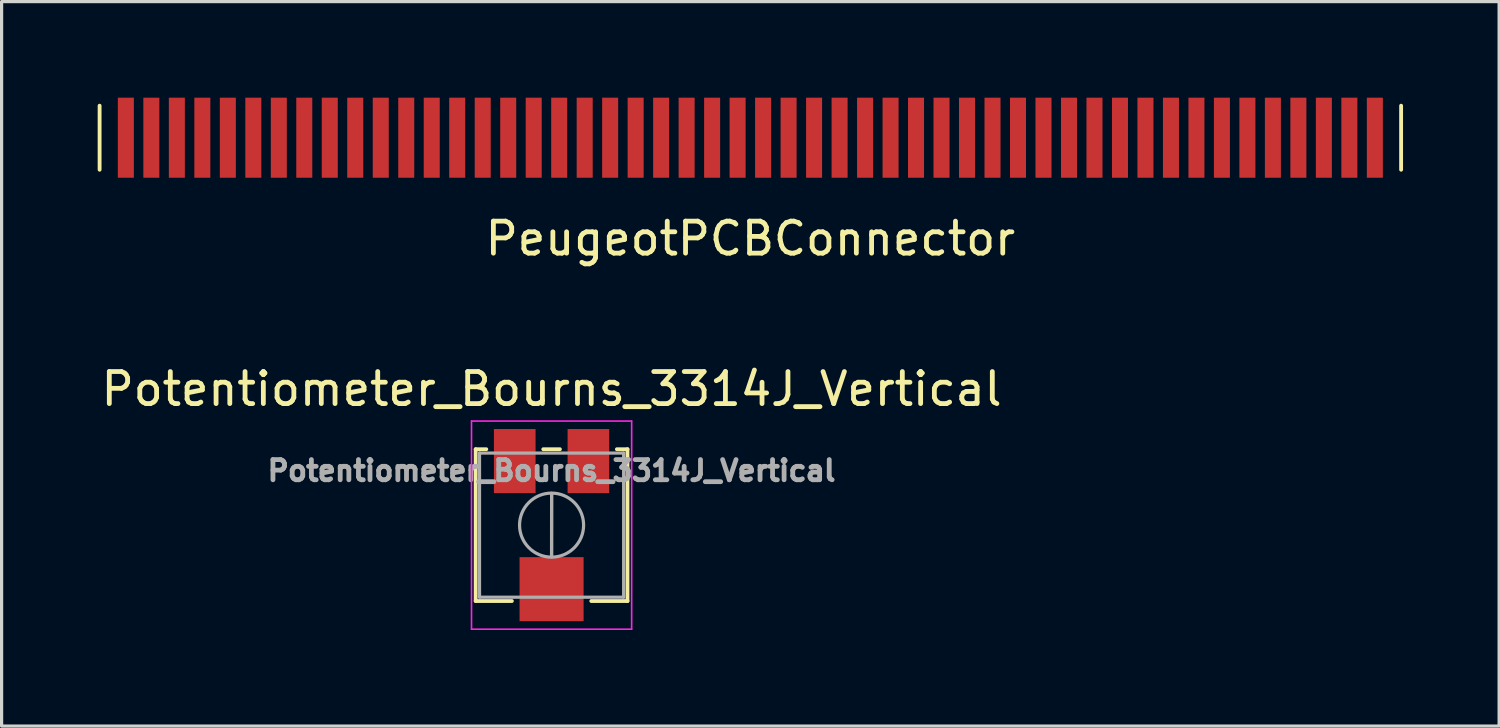
<source format=kicad_pcb>
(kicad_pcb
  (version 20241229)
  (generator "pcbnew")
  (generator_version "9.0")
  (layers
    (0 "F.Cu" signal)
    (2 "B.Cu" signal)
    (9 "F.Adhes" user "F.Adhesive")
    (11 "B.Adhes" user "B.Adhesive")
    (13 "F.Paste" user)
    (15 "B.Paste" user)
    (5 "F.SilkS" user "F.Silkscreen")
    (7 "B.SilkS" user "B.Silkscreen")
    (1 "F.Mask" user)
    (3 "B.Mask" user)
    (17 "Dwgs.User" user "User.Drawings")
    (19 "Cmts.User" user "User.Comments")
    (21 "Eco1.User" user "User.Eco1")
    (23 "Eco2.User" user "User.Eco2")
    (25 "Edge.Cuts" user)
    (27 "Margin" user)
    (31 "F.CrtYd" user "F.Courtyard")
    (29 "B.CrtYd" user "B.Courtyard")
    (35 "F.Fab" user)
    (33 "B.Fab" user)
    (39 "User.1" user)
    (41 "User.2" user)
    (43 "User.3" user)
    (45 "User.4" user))
  (footprint "PeugeotPCBConnector"
    (layer "F.Cu")
    (at 20.38 1.25)
    (property "Reference" "PeugeotPCBConnector" (at 0 3.15 0) (layer "F.SilkS") (effects (font (size 1 1) (thickness 0.15))))
    (attr smd)
    (fp_line (start -20.32 1) (end -20.32 -1) (stroke (width 0.12) (type solid)) (layer "F.SilkS"))
    (fp_line (start 20.32 -1) (end 20.32 1) (stroke (width 0.12) (type solid)) (layer "F.SilkS"))
    (pad "1" smd rect (at -19.5 0) (size 0.5 2.5) (layers "F.Cu" "F.Mask" "F.Paste"))
    (pad "2" smd rect (at -18.704 0) (size 0.5 2.5) (layers "F.Cu" "F.Mask" "F.Paste"))
    (pad "3" smd rect (at -17.908 0) (size 0.5 2.5) (layers "F.Cu" "F.Mask" "F.Paste"))
    (pad "4" smd rect (at -17.112 0) (size 0.5 2.5) (layers "F.Cu" "F.Mask" "F.Paste"))
    (pad "5" smd rect (at -16.316 0) (size 0.5 2.5) (layers "F.Cu" "F.Mask" "F.Paste"))
    (pad "6" smd rect (at -15.52 0) (size 0.5 2.5) (layers "F.Cu" "F.Mask" "F.Paste"))
    (pad "7" smd rect (at -14.724 0) (size 0.5 2.5) (layers "F.Cu" "F.Mask" "F.Paste"))
    (pad "8" smd rect (at -13.929 0) (size 0.5 2.5) (layers "F.Cu" "F.Mask" "F.Paste"))
    (pad "9" smd rect (at -13.133 0) (size 0.5 2.5) (layers "F.Cu" "F.Mask" "F.Paste"))
    (pad "10" smd rect (at -12.337 0) (size 0.5 2.5) (layers "F.Cu" "F.Mask" "F.Paste"))
    (pad "11" smd rect (at -11.541 0) (size 0.5 2.5) (layers "F.Cu" "F.Mask" "F.Paste"))
    (pad "12" smd rect (at -10.745 0) (size 0.5 2.5) (layers "F.Cu" "F.Mask" "F.Paste"))
    (pad "13" smd rect (at -9.949 0) (size 0.5 2.5) (layers "F.Cu" "F.Mask" "F.Paste"))
    (pad "14" smd rect (at -9.153 0) (size 0.5 2.5) (layers "F.Cu" "F.Mask" "F.Paste"))
    (pad "15" smd rect (at -8.357 0) (size 0.5 2.5) (layers "F.Cu" "F.Mask" "F.Paste"))
    (pad "16" smd rect (at -7.561 0) (size 0.5 2.5) (layers "F.Cu" "F.Mask" "F.Paste"))
    (pad "17" smd rect (at -6.765 0) (size 0.5 2.5) (layers "F.Cu" "F.Mask" "F.Paste"))
    (pad "18" smd rect (at -5.969 0) (size 0.5 2.5) (layers "F.Cu" "F.Mask" "F.Paste"))
    (pad "19" smd rect (at -5.173 0) (size 0.5 2.5) (layers "F.Cu" "F.Mask" "F.Paste"))
    (pad "20" smd rect (at -4.378 0) (size 0.5 2.5) (layers "F.Cu" "F.Mask" "F.Paste"))
    (pad "21" smd rect (at -3.582 0) (size 0.5 2.5) (layers "F.Cu" "F.Mask" "F.Paste"))
    (pad "22" smd rect (at -2.786 0) (size 0.5 2.5) (layers "F.Cu" "F.Mask" "F.Paste"))
    (pad "23" smd rect (at -1.99 0) (size 0.5 2.5) (layers "F.Cu" "F.Mask" "F.Paste"))
    (pad "24" smd rect (at -1.194 0) (size 0.5 2.5) (layers "F.Cu" "F.Mask" "F.Paste"))
    (pad "25" smd rect (at -0.398 0) (size 0.5 2.5) (layers "F.Cu" "F.Mask" "F.Paste"))
    (pad "26" smd rect (at 0.398 0) (size 0.5 2.5) (layers "F.Cu" "F.Mask" "F.Paste"))
    (pad "27" smd rect (at 1.194 0) (size 0.5 2.5) (layers "F.Cu" "F.Mask" "F.Paste"))
    (pad "28" smd rect (at 1.99 0) (size 0.5 2.5) (layers "F.Cu" "F.Mask" "F.Paste"))
    (pad "29" smd rect (at 2.786 0) (size 0.5 2.5) (layers "F.Cu" "F.Mask" "F.Paste"))
    (pad "30" smd rect (at 3.582 0) (size 0.5 2.5) (layers "F.Cu" "F.Mask" "F.Paste"))
    (pad "31" smd rect (at 4.378 0) (size 0.5 2.5) (layers "F.Cu" "F.Mask" "F.Paste"))
    (pad "32" smd rect (at 5.173 0) (size 0.5 2.5) (layers "F.Cu" "F.Mask" "F.Paste"))
    (pad "33" smd rect (at 5.969 0) (size 0.5 2.5) (layers "F.Cu" "F.Mask" "F.Paste"))
    (pad "34" smd rect (at 6.765 0) (size 0.5 2.5) (layers "F.Cu" "F.Mask" "F.Paste"))
    (pad "35" smd rect (at 7.561 0) (size 0.5 2.5) (layers "F.Cu" "F.Mask" "F.Paste"))
    (pad "36" smd rect (at 8.357 0) (size 0.5 2.5) (layers "F.Cu" "F.Mask" "F.Paste"))
    (pad "37" smd rect (at 9.153 0) (size 0.5 2.5) (layers "F.Cu" "F.Mask" "F.Paste"))
    (pad "38" smd rect (at 9.949 0) (size 0.5 2.5) (layers "F.Cu" "F.Mask" "F.Paste"))
    (pad "39" smd rect (at 10.745 0) (size 0.5 2.5) (layers "F.Cu" "F.Mask" "F.Paste"))
    (pad "40" smd rect (at 11.541 0) (size 0.5 2.5) (layers "F.Cu" "F.Mask" "F.Paste"))
    (pad "41" smd rect (at 12.337 0) (size 0.5 2.5) (layers "F.Cu" "F.Mask" "F.Paste"))
    (pad "42" smd rect (at 13.133 0) (size 0.5 2.5) (layers "F.Cu" "F.Mask" "F.Paste"))
    (pad "43" smd rect (at 13.929 0) (size 0.5 2.5) (layers "F.Cu" "F.Mask" "F.Paste"))
    (pad "44" smd rect (at 14.724 0) (size 0.5 2.5) (layers "F.Cu" "F.Mask" "F.Paste"))
    (pad "45" smd rect (at 15.52 0) (size 0.5 2.5) (layers "F.Cu" "F.Mask" "F.Paste"))
    (pad "46" smd rect (at 16.316 0) (size 0.5 2.5) (layers "F.Cu" "F.Mask" "F.Paste"))
    (pad "47" smd rect (at 17.112 0) (size 0.5 2.5) (layers "F.Cu" "F.Mask" "F.Paste"))
    (pad "48" smd rect (at 17.908 0) (size 0.5 2.5) (layers "F.Cu" "F.Mask" "F.Paste"))
    (pad "49" smd rect (at 18.704 0) (size 0.5 2.5) (layers "F.Cu" "F.Mask" "F.Paste"))
    (pad "50" smd rect (at 19.5 0) (size 0.5 2.5) (layers "F.Cu" "F.Mask" "F.Paste")))
  (footprint "Potentiometer_Bourns_3314J_Vertical"
    (layer "F.Cu")
    (at 14.173 13.347)
    (property "Reference" "Potentiometer_Bourns_3314J_Vertical" (at 0 -4.25 0) (layer "F.SilkS") (effects (font (size 1 1) (thickness 0.15))))
    (attr smd)
    (fp_line (start -2.37 -2.37) (end -2.37 2.37) (stroke (width 0.12) (type solid)) (layer "F.SilkS"))
    (fp_line (start -2.37 -2.37) (end -2.039 -2.37) (stroke (width 0.12) (type solid)) (layer "F.SilkS"))
    (fp_line (start -2.37 2.37) (end -1.24 2.37) (stroke (width 0.12) (type solid)) (layer "F.SilkS"))
    (fp_line (start -0.259 -2.37) (end 0.26 -2.37) (stroke (width 0.12) (type solid)) (layer "F.SilkS"))
    (fp_line (start 1.24 2.37) (end 2.37 2.37) (stroke (width 0.12) (type solid)) (layer "F.SilkS"))
    (fp_line (start 2.04 -2.37) (end 2.37 -2.37) (stroke (width 0.12) (type solid)) (layer "F.SilkS"))
    (fp_line (start 2.37 -2.37) (end 2.37 2.37) (stroke (width 0.12) (type solid)) (layer "F.SilkS"))
    (fp_line (start -2.5 -3.25) (end -2.5 3.25) (stroke (width 0.05) (type solid)) (layer "F.CrtYd"))
    (fp_line (start -2.5 3.25) (end 2.5 3.25) (stroke (width 0.05) (type solid)) (layer "F.CrtYd"))
    (fp_line (start 2.5 -3.25) (end -2.5 -3.25) (stroke (width 0.05) (type solid)) (layer "F.CrtYd"))
    (fp_line (start 2.5 3.25) (end 2.5 -3.25) (stroke (width 0.05) (type solid)) (layer "F.CrtYd"))
    (fp_line (start -2.25 -2.25) (end -2.25 2.25) (stroke (width 0.1) (type solid)) (layer "F.Fab"))
    (fp_line (start -2.25 2.25) (end 2.25 2.25) (stroke (width 0.1) (type solid)) (layer "F.Fab"))
    (fp_line (start 0 0.99) (end 0.001 -0.989) (stroke (width 0.1) (type solid)) (layer "F.Fab"))
    (fp_line (start 0 0.99) (end 0.001 -0.989) (stroke (width 0.1) (type solid)) (layer "F.Fab"))
    (fp_line (start 2.25 -2.25) (end -2.25 -2.25) (stroke (width 0.1) (type solid)) (layer "F.Fab"))
    (fp_line (start 2.25 2.25) (end 2.25 -2.25) (stroke (width 0.1) (type solid)) (layer "F.Fab"))
    (fp_circle (center 0 0) (end 1 0) (stroke (width 0.1) (type solid)) (fill no) (layer "F.Fab"))
    (fp_text user "${REFERENCE}" (at 0 -1.7 0) (layer "F.Fab") (effects (font (size 0.63 0.63) (thickness 0.15))))
    (pad "1" smd rect (at 1.15 -2) (size 1.3 2) (layers "F.Cu" "F.Mask" "F.Paste"))
    (pad "2" smd rect (at 0 2) (size 2 2) (layers "F.Cu" "F.Mask" "F.Paste"))
    (pad "3" smd rect (at -1.15 -2) (size 1.3 2) (layers "F.Cu" "F.Mask" "F.Paste")))
  (gr_rect
    (start -3 -3)
    (end 43.76 19.622)
    (stroke (width 0.1) (type default))
    (fill no)
    (layer "Edge.Cuts")))
</source>
